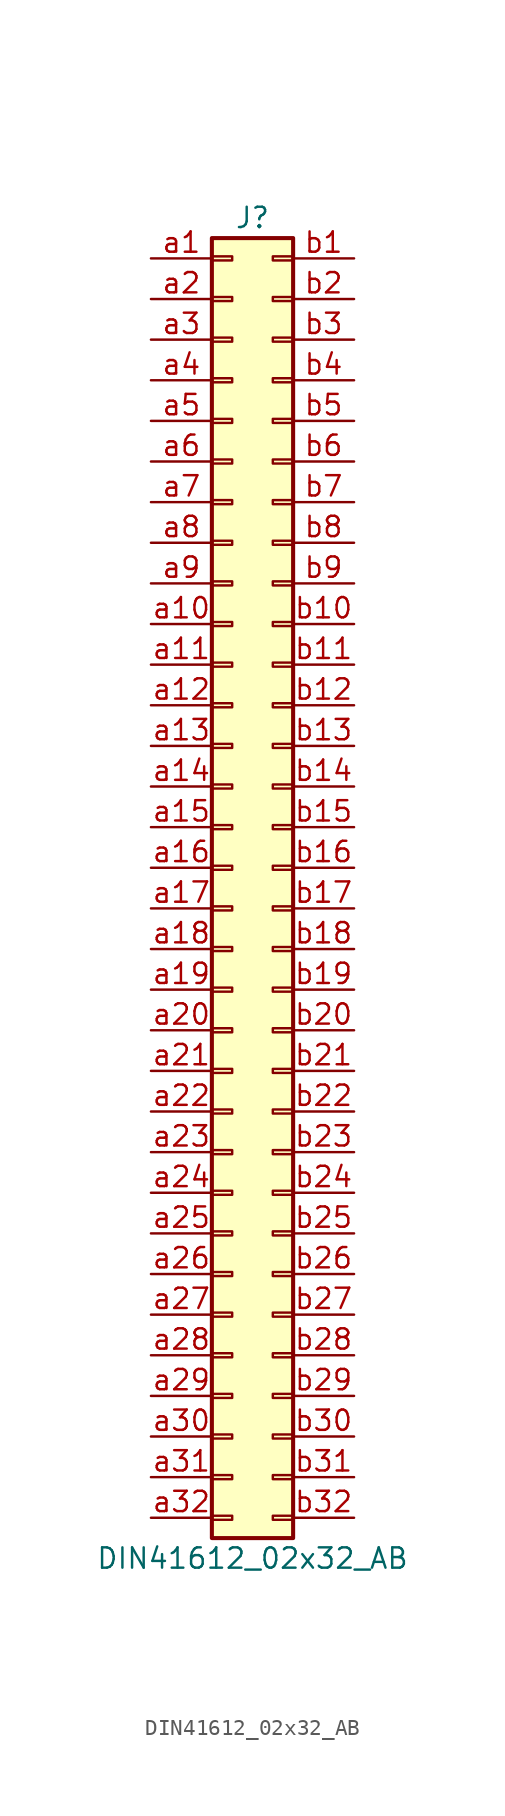
<source format=kicad_sym>
(kicad_symbol_lib
  (version 20220914)
  (generator kicad_symbol_editor)
  (symbol "DIN41612_02x32_AB"
    (pin_names
      (offset 1.016) hide)
    (property "Reference" "J"
      (at 1.27 40.64 0)
      (effects (font (size 1.27 1.27))))
    (property "Value" "DIN41612_02x32_AB"
      (at 1.27 -43.18 0)
      (effects (font (size 1.27 1.27))))
    (symbol "DIN41612_02x32_AB_1_1"
      (rectangle (start -1.27 -40.513) (end 0 -40.767) (stroke (width 0.152) (type solid)) (fill (type none)))
      (rectangle (start -1.27 -37.973) (end 0 -38.227) (stroke (width 0.152) (type solid)) (fill (type none)))
      (rectangle (start -1.27 -35.433) (end 0 -35.687) (stroke (width 0.152) (type solid)) (fill (type none)))
      (rectangle (start -1.27 -32.893) (end 0 -33.147) (stroke (width 0.152) (type solid)) (fill (type none)))
      (rectangle (start -1.27 -30.353) (end 0 -30.607) (stroke (width 0.152) (type solid)) (fill (type none)))
      (rectangle (start -1.27 -27.813) (end 0 -28.067) (stroke (width 0.152) (type solid)) (fill (type none)))
      (rectangle (start -1.27 -25.273) (end 0 -25.527) (stroke (width 0.152) (type solid)) (fill (type none)))
      (rectangle (start -1.27 -22.733) (end 0 -22.987) (stroke (width 0.152) (type solid)) (fill (type none)))
      (rectangle (start -1.27 -20.193) (end 0 -20.447) (stroke (width 0.152) (type solid)) (fill (type none)))
      (rectangle (start -1.27 -17.653) (end 0 -17.907) (stroke (width 0.152) (type solid)) (fill (type none)))
      (rectangle (start -1.27 -15.113) (end 0 -15.367) (stroke (width 0.152) (type solid)) (fill (type none)))
      (rectangle (start -1.27 -12.573) (end 0 -12.827) (stroke (width 0.152) (type solid)) (fill (type none)))
      (rectangle (start -1.27 -10.033) (end 0 -10.287) (stroke (width 0.152) (type solid)) (fill (type none)))
      (rectangle (start -1.27 -7.493) (end 0 -7.747) (stroke (width 0.152) (type solid)) (fill (type none)))
      (rectangle (start -1.27 -4.953) (end 0 -5.207) (stroke (width 0.152) (type solid)) (fill (type none)))
      (rectangle (start -1.27 -2.413) (end 0 -2.667) (stroke (width 0.152) (type solid)) (fill (type none)))
      (rectangle (start -1.27 0.127) (end 0 -0.127) (stroke (width 0.152) (type solid)) (fill (type none)))
      (rectangle (start -1.27 2.667) (end 0 2.413) (stroke (width 0.152) (type solid)) (fill (type none)))
      (rectangle (start -1.27 5.207) (end 0 4.953) (stroke (width 0.152) (type solid)) (fill (type none)))
      (rectangle (start -1.27 7.747) (end 0 7.493) (stroke (width 0.152) (type solid)) (fill (type none)))
      (rectangle (start -1.27 10.287) (end 0 10.033) (stroke (width 0.152) (type solid)) (fill (type none)))
      (rectangle (start -1.27 12.827) (end 0 12.573) (stroke (width 0.152) (type solid)) (fill (type none)))
      (rectangle (start -1.27 15.367) (end 0 15.113) (stroke (width 0.152) (type solid)) (fill (type none)))
      (rectangle (start -1.27 17.907) (end 0 17.653) (stroke (width 0.152) (type solid)) (fill (type none)))
      (rectangle (start -1.27 20.447) (end 0 20.193) (stroke (width 0.152) (type solid)) (fill (type none)))
      (rectangle (start -1.27 22.987) (end 0 22.733) (stroke (width 0.152) (type solid)) (fill (type none)))
      (rectangle (start -1.27 25.527) (end 0 25.273) (stroke (width 0.152) (type solid)) (fill (type none)))
      (rectangle (start -1.27 28.067) (end 0 27.813) (stroke (width 0.152) (type solid)) (fill (type none)))
      (rectangle (start -1.27 30.607) (end 0 30.353) (stroke (width 0.152) (type solid)) (fill (type none)))
      (rectangle (start -1.27 33.147) (end 0 32.893) (stroke (width 0.152) (type solid)) (fill (type none)))
      (rectangle (start -1.27 35.687) (end 0 35.433) (stroke (width 0.152) (type solid)) (fill (type none)))
      (rectangle (start -1.27 38.227) (end 0 37.973) (stroke (width 0.152) (type solid)) (fill (type none)))
      (rectangle (start -1.27 39.37) (end 3.81 -41.91) (stroke (width 0.254) (type solid)) (fill (type background)))
      (rectangle (start 3.81 -40.513) (end 2.54 -40.767) (stroke (width 0.152) (type solid)) (fill (type none)))
      (rectangle (start 3.81 -37.973) (end 2.54 -38.227) (stroke (width 0.152) (type solid)) (fill (type none)))
      (rectangle (start 3.81 -35.433) (end 2.54 -35.687) (stroke (width 0.152) (type solid)) (fill (type none)))
      (rectangle (start 3.81 -32.893) (end 2.54 -33.147) (stroke (width 0.152) (type solid)) (fill (type none)))
      (rectangle (start 3.81 -30.353) (end 2.54 -30.607) (stroke (width 0.152) (type solid)) (fill (type none)))
      (rectangle (start 3.81 -27.813) (end 2.54 -28.067) (stroke (width 0.152) (type solid)) (fill (type none)))
      (rectangle (start 3.81 -25.273) (end 2.54 -25.527) (stroke (width 0.152) (type solid)) (fill (type none)))
      (rectangle (start 3.81 -22.733) (end 2.54 -22.987) (stroke (width 0.152) (type solid)) (fill (type none)))
      (rectangle (start 3.81 -20.193) (end 2.54 -20.447) (stroke (width 0.152) (type solid)) (fill (type none)))
      (rectangle (start 3.81 -17.653) (end 2.54 -17.907) (stroke (width 0.152) (type solid)) (fill (type none)))
      (rectangle (start 3.81 -15.113) (end 2.54 -15.367) (stroke (width 0.152) (type solid)) (fill (type none)))
      (rectangle (start 3.81 -12.573) (end 2.54 -12.827) (stroke (width 0.152) (type solid)) (fill (type none)))
      (rectangle (start 3.81 -10.033) (end 2.54 -10.287) (stroke (width 0.152) (type solid)) (fill (type none)))
      (rectangle (start 3.81 -7.493) (end 2.54 -7.747) (stroke (width 0.152) (type solid)) (fill (type none)))
      (rectangle (start 3.81 -4.953) (end 2.54 -5.207) (stroke (width 0.152) (type solid)) (fill (type none)))
      (rectangle (start 3.81 -2.413) (end 2.54 -2.667) (stroke (width 0.152) (type solid)) (fill (type none)))
      (rectangle (start 3.81 0.127) (end 2.54 -0.127) (stroke (width 0.152) (type solid)) (fill (type none)))
      (rectangle (start 3.81 2.667) (end 2.54 2.413) (stroke (width 0.152) (type solid)) (fill (type none)))
      (rectangle (start 3.81 5.207) (end 2.54 4.953) (stroke (width 0.152) (type solid)) (fill (type none)))
      (rectangle (start 3.81 7.747) (end 2.54 7.493) (stroke (width 0.152) (type solid)) (fill (type none)))
      (rectangle (start 3.81 10.287) (end 2.54 10.033) (stroke (width 0.152) (type solid)) (fill (type none)))
      (rectangle (start 3.81 12.827) (end 2.54 12.573) (stroke (width 0.152) (type solid)) (fill (type none)))
      (rectangle (start 3.81 15.367) (end 2.54 15.113) (stroke (width 0.152) (type solid)) (fill (type none)))
      (rectangle (start 3.81 17.907) (end 2.54 17.653) (stroke (width 0.152) (type solid)) (fill (type none)))
      (rectangle (start 3.81 20.447) (end 2.54 20.193) (stroke (width 0.152) (type solid)) (fill (type none)))
      (rectangle (start 3.81 22.987) (end 2.54 22.733) (stroke (width 0.152) (type solid)) (fill (type none)))
      (rectangle (start 3.81 25.527) (end 2.54 25.273) (stroke (width 0.152) (type solid)) (fill (type none)))
      (rectangle (start 3.81 28.067) (end 2.54 27.813) (stroke (width 0.152) (type solid)) (fill (type none)))
      (rectangle (start 3.81 30.607) (end 2.54 30.353) (stroke (width 0.152) (type solid)) (fill (type none)))
      (rectangle (start 3.81 33.147) (end 2.54 32.893) (stroke (width 0.152) (type solid)) (fill (type none)))
      (rectangle (start 3.81 35.687) (end 2.54 35.433) (stroke (width 0.152) (type solid)) (fill (type none)))
      (rectangle (start 3.81 38.227) (end 2.54 37.973) (stroke (width 0.152) (type solid)) (fill (type none)))
      (pin passive line (at -5.08 38.1 0) (length 3.81) (name "Pin_a1" (effects (font (size 1.27 1.27)))) (number "a1" (effects (font (size 1.27 1.27)))))
      (pin passive line (at -5.08 15.24 0) (length 3.81) (name "Pin_a10" (effects (font (size 1.27 1.27)))) (number "a10" (effects (font (size 1.27 1.27)))))
      (pin passive line (at -5.08 12.7 0) (length 3.81) (name "Pin_a11" (effects (font (size 1.27 1.27)))) (number "a11" (effects (font (size 1.27 1.27)))))
      (pin passive line (at -5.08 10.16 0) (length 3.81) (name "Pin_a12" (effects (font (size 1.27 1.27)))) (number "a12" (effects (font (size 1.27 1.27)))))
      (pin passive line (at -5.08 7.62 0) (length 3.81) (name "Pin_a13" (effects (font (size 1.27 1.27)))) (number "a13" (effects (font (size 1.27 1.27)))))
      (pin passive line (at -5.08 5.08 0) (length 3.81) (name "Pin_a14" (effects (font (size 1.27 1.27)))) (number "a14" (effects (font (size 1.27 1.27)))))
      (pin passive line (at -5.08 2.54 0) (length 3.81) (name "Pin_a15" (effects (font (size 1.27 1.27)))) (number "a15" (effects (font (size 1.27 1.27)))))
      (pin passive line (at -5.08 0 0) (length 3.81) (name "Pin_a16" (effects (font (size 1.27 1.27)))) (number "a16" (effects (font (size 1.27 1.27)))))
      (pin passive line (at -5.08 -2.54 0) (length 3.81) (name "Pin_a17" (effects (font (size 1.27 1.27)))) (number "a17" (effects (font (size 1.27 1.27)))))
      (pin passive line (at -5.08 -5.08 0) (length 3.81) (name "Pin_a18" (effects (font (size 1.27 1.27)))) (number "a18" (effects (font (size 1.27 1.27)))))
      (pin passive line (at -5.08 -7.62 0) (length 3.81) (name "Pin_a19" (effects (font (size 1.27 1.27)))) (number "a19" (effects (font (size 1.27 1.27)))))
      (pin passive line (at -5.08 35.56 0) (length 3.81) (name "Pin_a2" (effects (font (size 1.27 1.27)))) (number "a2" (effects (font (size 1.27 1.27)))))
      (pin passive line (at -5.08 -10.16 0) (length 3.81) (name "Pin_a20" (effects (font (size 1.27 1.27)))) (number "a20" (effects (font (size 1.27 1.27)))))
      (pin passive line (at -5.08 -12.7 0) (length 3.81) (name "Pin_a21" (effects (font (size 1.27 1.27)))) (number "a21" (effects (font (size 1.27 1.27)))))
      (pin passive line (at -5.08 -15.24 0) (length 3.81) (name "Pin_a22" (effects (font (size 1.27 1.27)))) (number "a22" (effects (font (size 1.27 1.27)))))
      (pin passive line (at -5.08 -17.78 0) (length 3.81) (name "Pin_a23" (effects (font (size 1.27 1.27)))) (number "a23" (effects (font (size 1.27 1.27)))))
      (pin passive line (at -5.08 -20.32 0) (length 3.81) (name "Pin_a24" (effects (font (size 1.27 1.27)))) (number "a24" (effects (font (size 1.27 1.27)))))
      (pin passive line (at -5.08 -22.86 0) (length 3.81) (name "Pin_a25" (effects (font (size 1.27 1.27)))) (number "a25" (effects (font (size 1.27 1.27)))))
      (pin passive line (at -5.08 -25.4 0) (length 3.81) (name "Pin_a26" (effects (font (size 1.27 1.27)))) (number "a26" (effects (font (size 1.27 1.27)))))
      (pin passive line (at -5.08 -27.94 0) (length 3.81) (name "Pin_a27" (effects (font (size 1.27 1.27)))) (number "a27" (effects (font (size 1.27 1.27)))))
      (pin passive line (at -5.08 -30.48 0) (length 3.81) (name "Pin_a28" (effects (font (size 1.27 1.27)))) (number "a28" (effects (font (size 1.27 1.27)))))
      (pin passive line (at -5.08 -33.02 0) (length 3.81) (name "Pin_a29" (effects (font (size 1.27 1.27)))) (number "a29" (effects (font (size 1.27 1.27)))))
      (pin passive line (at -5.08 33.02 0) (length 3.81) (name "Pin_a3" (effects (font (size 1.27 1.27)))) (number "a3" (effects (font (size 1.27 1.27)))))
      (pin passive line (at -5.08 -35.56 0) (length 3.81) (name "Pin_a30" (effects (font (size 1.27 1.27)))) (number "a30" (effects (font (size 1.27 1.27)))))
      (pin passive line (at -5.08 -38.1 0) (length 3.81) (name "Pin_a31" (effects (font (size 1.27 1.27)))) (number "a31" (effects (font (size 1.27 1.27)))))
      (pin passive line (at -5.08 -40.64 0) (length 3.81) (name "Pin_a32" (effects (font (size 1.27 1.27)))) (number "a32" (effects (font (size 1.27 1.27)))))
      (pin passive line (at -5.08 30.48 0) (length 3.81) (name "Pin_a4" (effects (font (size 1.27 1.27)))) (number "a4" (effects (font (size 1.27 1.27)))))
      (pin passive line (at -5.08 27.94 0) (length 3.81) (name "Pin_a5" (effects (font (size 1.27 1.27)))) (number "a5" (effects (font (size 1.27 1.27)))))
      (pin passive line (at -5.08 25.4 0) (length 3.81) (name "Pin_a6" (effects (font (size 1.27 1.27)))) (number "a6" (effects (font (size 1.27 1.27)))))
      (pin passive line (at -5.08 22.86 0) (length 3.81) (name "Pin_a7" (effects (font (size 1.27 1.27)))) (number "a7" (effects (font (size 1.27 1.27)))))
      (pin passive line (at -5.08 20.32 0) (length 3.81) (name "Pin_a8" (effects (font (size 1.27 1.27)))) (number "a8" (effects (font (size 1.27 1.27)))))
      (pin passive line (at -5.08 17.78 0) (length 3.81) (name "Pin_a9" (effects (font (size 1.27 1.27)))) (number "a9" (effects (font (size 1.27 1.27)))))
      (pin passive line (at 7.62 38.1 180) (length 3.81) (name "Pin_b1" (effects (font (size 1.27 1.27)))) (number "b1" (effects (font (size 1.27 1.27)))))
      (pin passive line (at 7.62 15.24 180) (length 3.81) (name "Pin_b10" (effects (font (size 1.27 1.27)))) (number "b10" (effects (font (size 1.27 1.27)))))
      (pin passive line (at 7.62 12.7 180) (length 3.81) (name "Pin_b11" (effects (font (size 1.27 1.27)))) (number "b11" (effects (font (size 1.27 1.27)))))
      (pin passive line (at 7.62 10.16 180) (length 3.81) (name "Pin_b12" (effects (font (size 1.27 1.27)))) (number "b12" (effects (font (size 1.27 1.27)))))
      (pin passive line (at 7.62 7.62 180) (length 3.81) (name "Pin_b13" (effects (font (size 1.27 1.27)))) (number "b13" (effects (font (size 1.27 1.27)))))
      (pin passive line (at 7.62 5.08 180) (length 3.81) (name "Pin_b14" (effects (font (size 1.27 1.27)))) (number "b14" (effects (font (size 1.27 1.27)))))
      (pin passive line (at 7.62 2.54 180) (length 3.81) (name "Pin_b15" (effects (font (size 1.27 1.27)))) (number "b15" (effects (font (size 1.27 1.27)))))
      (pin passive line (at 7.62 0 180) (length 3.81) (name "Pin_b16" (effects (font (size 1.27 1.27)))) (number "b16" (effects (font (size 1.27 1.27)))))
      (pin passive line (at 7.62 -2.54 180) (length 3.81) (name "Pin_b17" (effects (font (size 1.27 1.27)))) (number "b17" (effects (font (size 1.27 1.27)))))
      (pin passive line (at 7.62 -5.08 180) (length 3.81) (name "Pin_b18" (effects (font (size 1.27 1.27)))) (number "b18" (effects (font (size 1.27 1.27)))))
      (pin passive line (at 7.62 -7.62 180) (length 3.81) (name "Pin_b19" (effects (font (size 1.27 1.27)))) (number "b19" (effects (font (size 1.27 1.27)))))
      (pin passive line (at 7.62 35.56 180) (length 3.81) (name "Pin_b2" (effects (font (size 1.27 1.27)))) (number "b2" (effects (font (size 1.27 1.27)))))
      (pin passive line (at 7.62 -10.16 180) (length 3.81) (name "Pin_b20" (effects (font (size 1.27 1.27)))) (number "b20" (effects (font (size 1.27 1.27)))))
      (pin passive line (at 7.62 -12.7 180) (length 3.81) (name "Pin_b21" (effects (font (size 1.27 1.27)))) (number "b21" (effects (font (size 1.27 1.27)))))
      (pin passive line (at 7.62 -15.24 180) (length 3.81) (name "Pin_b22" (effects (font (size 1.27 1.27)))) (number "b22" (effects (font (size 1.27 1.27)))))
      (pin passive line (at 7.62 -17.78 180) (length 3.81) (name "Pin_b23" (effects (font (size 1.27 1.27)))) (number "b23" (effects (font (size 1.27 1.27)))))
      (pin passive line (at 7.62 -20.32 180) (length 3.81) (name "Pin_b24" (effects (font (size 1.27 1.27)))) (number "b24" (effects (font (size 1.27 1.27)))))
      (pin passive line (at 7.62 -22.86 180) (length 3.81) (name "Pin_b25" (effects (font (size 1.27 1.27)))) (number "b25" (effects (font (size 1.27 1.27)))))
      (pin passive line (at 7.62 -25.4 180) (length 3.81) (name "Pin_b26" (effects (font (size 1.27 1.27)))) (number "b26" (effects (font (size 1.27 1.27)))))
      (pin passive line (at 7.62 -27.94 180) (length 3.81) (name "Pin_b27" (effects (font (size 1.27 1.27)))) (number "b27" (effects (font (size 1.27 1.27)))))
      (pin passive line (at 7.62 -30.48 180) (length 3.81) (name "Pin_b28" (effects (font (size 1.27 1.27)))) (number "b28" (effects (font (size 1.27 1.27)))))
      (pin passive line (at 7.62 -33.02 180) (length 3.81) (name "Pin_b29" (effects (font (size 1.27 1.27)))) (number "b29" (effects (font (size 1.27 1.27)))))
      (pin passive line (at 7.62 33.02 180) (length 3.81) (name "Pin_b3" (effects (font (size 1.27 1.27)))) (number "b3" (effects (font (size 1.27 1.27)))))
      (pin passive line (at 7.62 -35.56 180) (length 3.81) (name "Pin_b30" (effects (font (size 1.27 1.27)))) (number "b30" (effects (font (size 1.27 1.27)))))
      (pin passive line (at 7.62 -38.1 180) (length 3.81) (name "Pin_b31" (effects (font (size 1.27 1.27)))) (number "b31" (effects (font (size 1.27 1.27)))))
      (pin passive line (at 7.62 -40.64 180) (length 3.81) (name "Pin_b32" (effects (font (size 1.27 1.27)))) (number "b32" (effects (font (size 1.27 1.27)))))
      (pin passive line (at 7.62 30.48 180) (length 3.81) (name "Pin_b4" (effects (font (size 1.27 1.27)))) (number "b4" (effects (font (size 1.27 1.27)))))
      (pin passive line (at 7.62 27.94 180) (length 3.81) (name "Pin_b5" (effects (font (size 1.27 1.27)))) (number "b5" (effects (font (size 1.27 1.27)))))
      (pin passive line (at 7.62 25.4 180) (length 3.81) (name "Pin_b6" (effects (font (size 1.27 1.27)))) (number "b6" (effects (font (size 1.27 1.27)))))
      (pin passive line (at 7.62 22.86 180) (length 3.81) (name "Pin_b7" (effects (font (size 1.27 1.27)))) (number "b7" (effects (font (size 1.27 1.27)))))
      (pin passive line (at 7.62 20.32 180) (length 3.81) (name "Pin_b8" (effects (font (size 1.27 1.27)))) (number "b8" (effects (font (size 1.27 1.27)))))
      (pin passive line (at 7.62 17.78 180) (length 3.81) (name "Pin_b9" (effects (font (size 1.27 1.27)))) (number "b9" (effects (font (size 1.27 1.27))))))))
</source>
